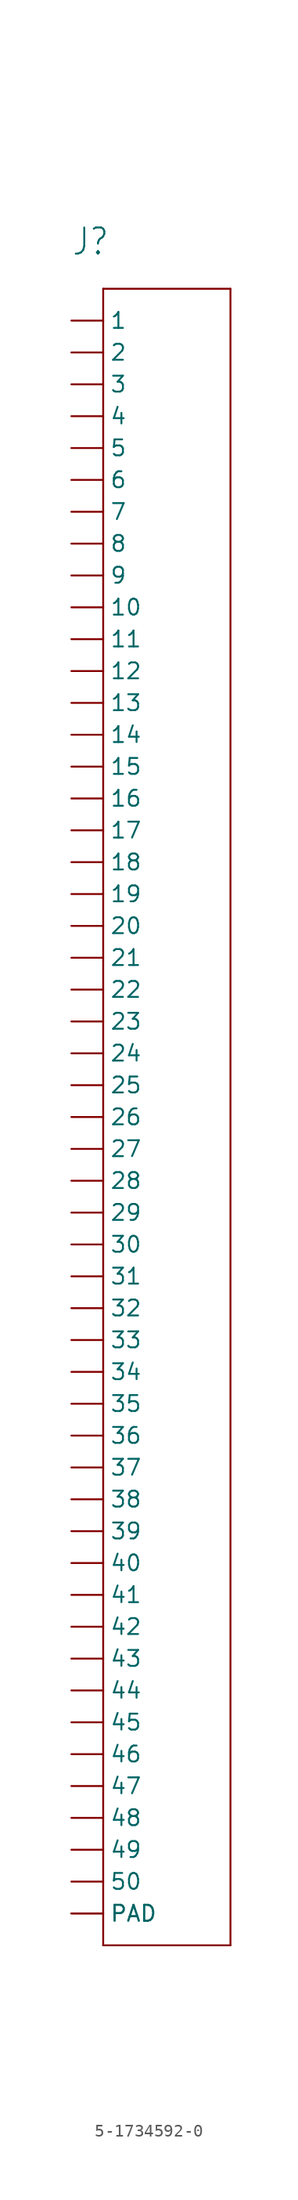
<source format=kicad_sym>
(kicad_symbol_lib
  (version 20201005)
  (generator kicad_symbol_editor)
  (symbol "pirt:5-1734592-0"
    (property "Reference" "J"
      (at -7.62 66.04 0)
      (effects (font (size 2.083 1.77)) (justify left bottom)))
    (property "ki_locked" ""
      (at 0 0 0)
      (effects (font (size 1.27 1.27))))
    (symbol "5-1734592-0_1_0"
      (polyline (pts (xy -5.08 -68.58) (xy 5.08 -68.58)) (stroke (width 0.152)) (fill (type none)))
      (polyline (pts (xy -5.08 63.5) (xy -5.08 -68.58)) (stroke (width 0.152)) (fill (type none)))
      (polyline (pts (xy 5.08 -68.58) (xy 5.08 63.5)) (stroke (width 0.152)) (fill (type none)))
      (polyline (pts (xy 5.08 63.5) (xy -5.08 63.5)) (stroke (width 0.152)) (fill (type none)))
      (pin passive line (at -7.62 60.96 0) (length 2.54) (name "1" (effects (font (size 1.27 1.27)))) (number "1" (effects (font (size 0 0)))))
      (pin passive line (at -7.62 38.1 0) (length 2.54) (name "10" (effects (font (size 1.27 1.27)))) (number "10" (effects (font (size 0 0)))))
      (pin passive line (at -7.62 35.56 0) (length 2.54) (name "11" (effects (font (size 1.27 1.27)))) (number "11" (effects (font (size 0 0)))))
      (pin passive line (at -7.62 33.02 0) (length 2.54) (name "12" (effects (font (size 1.27 1.27)))) (number "12" (effects (font (size 0 0)))))
      (pin passive line (at -7.62 30.48 0) (length 2.54) (name "13" (effects (font (size 1.27 1.27)))) (number "13" (effects (font (size 0 0)))))
      (pin passive line (at -7.62 27.94 0) (length 2.54) (name "14" (effects (font (size 1.27 1.27)))) (number "14" (effects (font (size 0 0)))))
      (pin passive line (at -7.62 25.4 0) (length 2.54) (name "15" (effects (font (size 1.27 1.27)))) (number "15" (effects (font (size 0 0)))))
      (pin passive line (at -7.62 22.86 0) (length 2.54) (name "16" (effects (font (size 1.27 1.27)))) (number "16" (effects (font (size 0 0)))))
      (pin passive line (at -7.62 20.32 0) (length 2.54) (name "17" (effects (font (size 1.27 1.27)))) (number "17" (effects (font (size 0 0)))))
      (pin passive line (at -7.62 17.78 0) (length 2.54) (name "18" (effects (font (size 1.27 1.27)))) (number "18" (effects (font (size 0 0)))))
      (pin passive line (at -7.62 15.24 0) (length 2.54) (name "19" (effects (font (size 1.27 1.27)))) (number "19" (effects (font (size 0 0)))))
      (pin passive line (at -7.62 58.42 0) (length 2.54) (name "2" (effects (font (size 1.27 1.27)))) (number "2" (effects (font (size 0 0)))))
      (pin passive line (at -7.62 12.7 0) (length 2.54) (name "20" (effects (font (size 1.27 1.27)))) (number "20" (effects (font (size 0 0)))))
      (pin passive line (at -7.62 10.16 0) (length 2.54) (name "21" (effects (font (size 1.27 1.27)))) (number "21" (effects (font (size 0 0)))))
      (pin passive line (at -7.62 7.62 0) (length 2.54) (name "22" (effects (font (size 1.27 1.27)))) (number "22" (effects (font (size 0 0)))))
      (pin passive line (at -7.62 5.08 0) (length 2.54) (name "23" (effects (font (size 1.27 1.27)))) (number "23" (effects (font (size 0 0)))))
      (pin passive line (at -7.62 2.54 0) (length 2.54) (name "24" (effects (font (size 1.27 1.27)))) (number "24" (effects (font (size 0 0)))))
      (pin passive line (at -7.62 0 0) (length 2.54) (name "25" (effects (font (size 1.27 1.27)))) (number "25" (effects (font (size 0 0)))))
      (pin passive line (at -7.62 -2.54 0) (length 2.54) (name "26" (effects (font (size 1.27 1.27)))) (number "26" (effects (font (size 0 0)))))
      (pin passive line (at -7.62 -5.08 0) (length 2.54) (name "27" (effects (font (size 1.27 1.27)))) (number "27" (effects (font (size 0 0)))))
      (pin passive line (at -7.62 -7.62 0) (length 2.54) (name "28" (effects (font (size 1.27 1.27)))) (number "28" (effects (font (size 0 0)))))
      (pin passive line (at -7.62 -10.16 0) (length 2.54) (name "29" (effects (font (size 1.27 1.27)))) (number "29" (effects (font (size 0 0)))))
      (pin passive line (at -7.62 55.88 0) (length 2.54) (name "3" (effects (font (size 1.27 1.27)))) (number "3" (effects (font (size 0 0)))))
      (pin passive line (at -7.62 -12.7 0) (length 2.54) (name "30" (effects (font (size 1.27 1.27)))) (number "30" (effects (font (size 0 0)))))
      (pin passive line (at -7.62 -15.24 0) (length 2.54) (name "31" (effects (font (size 1.27 1.27)))) (number "31" (effects (font (size 0 0)))))
      (pin passive line (at -7.62 -17.78 0) (length 2.54) (name "32" (effects (font (size 1.27 1.27)))) (number "32" (effects (font (size 0 0)))))
      (pin passive line (at -7.62 -20.32 0) (length 2.54) (name "33" (effects (font (size 1.27 1.27)))) (number "33" (effects (font (size 0 0)))))
      (pin passive line (at -7.62 -22.86 0) (length 2.54) (name "34" (effects (font (size 1.27 1.27)))) (number "34" (effects (font (size 0 0)))))
      (pin passive line (at -7.62 -25.4 0) (length 2.54) (name "35" (effects (font (size 1.27 1.27)))) (number "35" (effects (font (size 0 0)))))
      (pin passive line (at -7.62 -27.94 0) (length 2.54) (name "36" (effects (font (size 1.27 1.27)))) (number "36" (effects (font (size 0 0)))))
      (pin passive line (at -7.62 -30.48 0) (length 2.54) (name "37" (effects (font (size 1.27 1.27)))) (number "37" (effects (font (size 0 0)))))
      (pin passive line (at -7.62 -33.02 0) (length 2.54) (name "38" (effects (font (size 1.27 1.27)))) (number "38" (effects (font (size 0 0)))))
      (pin passive line (at -7.62 -35.56 0) (length 2.54) (name "39" (effects (font (size 1.27 1.27)))) (number "39" (effects (font (size 0 0)))))
      (pin passive line (at -7.62 53.34 0) (length 2.54) (name "4" (effects (font (size 1.27 1.27)))) (number "4" (effects (font (size 0 0)))))
      (pin passive line (at -7.62 -38.1 0) (length 2.54) (name "40" (effects (font (size 1.27 1.27)))) (number "40" (effects (font (size 0 0)))))
      (pin passive line (at -7.62 -40.64 0) (length 2.54) (name "41" (effects (font (size 1.27 1.27)))) (number "41" (effects (font (size 0 0)))))
      (pin passive line (at -7.62 -43.18 0) (length 2.54) (name "42" (effects (font (size 1.27 1.27)))) (number "42" (effects (font (size 0 0)))))
      (pin passive line (at -7.62 -45.72 0) (length 2.54) (name "43" (effects (font (size 1.27 1.27)))) (number "43" (effects (font (size 0 0)))))
      (pin passive line (at -7.62 -48.26 0) (length 2.54) (name "44" (effects (font (size 1.27 1.27)))) (number "44" (effects (font (size 0 0)))))
      (pin passive line (at -7.62 -50.8 0) (length 2.54) (name "45" (effects (font (size 1.27 1.27)))) (number "45" (effects (font (size 0 0)))))
      (pin passive line (at -7.62 -53.34 0) (length 2.54) (name "46" (effects (font (size 1.27 1.27)))) (number "46" (effects (font (size 0 0)))))
      (pin passive line (at -7.62 -55.88 0) (length 2.54) (name "47" (effects (font (size 1.27 1.27)))) (number "47" (effects (font (size 0 0)))))
      (pin passive line (at -7.62 -58.42 0) (length 2.54) (name "48" (effects (font (size 1.27 1.27)))) (number "48" (effects (font (size 0 0)))))
      (pin passive line (at -7.62 -60.96 0) (length 2.54) (name "49" (effects (font (size 1.27 1.27)))) (number "49" (effects (font (size 0 0)))))
      (pin passive line (at -7.62 50.8 0) (length 2.54) (name "5" (effects (font (size 1.27 1.27)))) (number "5" (effects (font (size 0 0)))))
      (pin passive line (at -7.62 -63.5 0) (length 2.54) (name "50" (effects (font (size 1.27 1.27)))) (number "50" (effects (font (size 0 0)))))
      (pin passive line (at -7.62 48.26 0) (length 2.54) (name "6" (effects (font (size 1.27 1.27)))) (number "6" (effects (font (size 0 0)))))
      (pin passive line (at -7.62 45.72 0) (length 2.54) (name "7" (effects (font (size 1.27 1.27)))) (number "7" (effects (font (size 0 0)))))
      (pin passive line (at -7.62 43.18 0) (length 2.54) (name "8" (effects (font (size 1.27 1.27)))) (number "8" (effects (font (size 0 0)))))
      (pin passive line (at -7.62 40.64 0) (length 2.54) (name "9" (effects (font (size 1.27 1.27)))) (number "9" (effects (font (size 0 0)))))
      (pin bidirectional line (at -7.62 -66.04 0) (length 2.54) (name "PAD" (effects (font (size 1.27 1.27)))) (number "S1" (effects (font (size 0 0)))))
      (pin bidirectional line (at -7.62 -66.04 0) (length 2.54) (name "PAD" (effects (font (size 1.27 1.27)))) (number "S2" (effects (font (size 0 0))))))))
</source>
